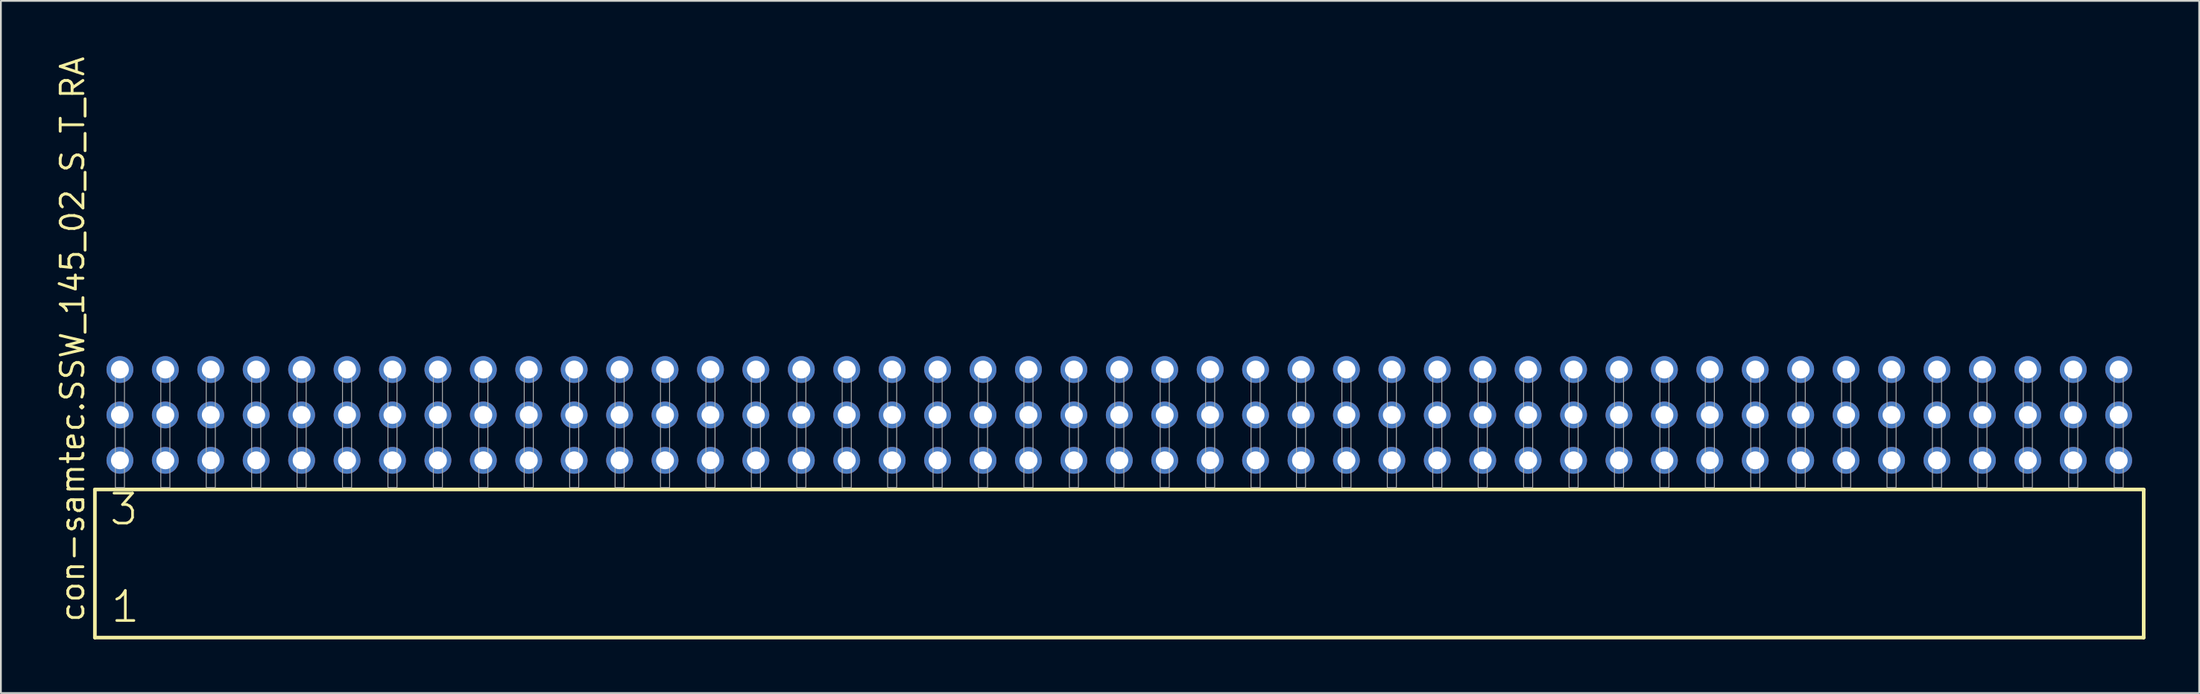
<source format=kicad_pcb>
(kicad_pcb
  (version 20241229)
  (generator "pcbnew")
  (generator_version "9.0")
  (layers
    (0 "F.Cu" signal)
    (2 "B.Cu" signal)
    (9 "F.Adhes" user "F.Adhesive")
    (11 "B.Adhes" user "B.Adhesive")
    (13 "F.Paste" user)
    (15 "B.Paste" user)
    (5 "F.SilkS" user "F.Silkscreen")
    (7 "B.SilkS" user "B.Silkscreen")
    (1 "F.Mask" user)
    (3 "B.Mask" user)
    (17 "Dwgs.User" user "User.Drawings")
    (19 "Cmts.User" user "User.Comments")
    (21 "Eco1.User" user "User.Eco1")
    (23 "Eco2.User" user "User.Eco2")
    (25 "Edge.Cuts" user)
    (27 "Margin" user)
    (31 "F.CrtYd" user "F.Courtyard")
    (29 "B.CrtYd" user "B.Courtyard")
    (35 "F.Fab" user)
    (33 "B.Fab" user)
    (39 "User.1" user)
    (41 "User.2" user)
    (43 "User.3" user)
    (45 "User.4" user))
  (footprint "con-samtec.SSW_145_02_S_T_RA"
    (layer "F.Cu")
    (at 59.535 24.235)
    (property "Reference" "con-samtec.SSW_145_02_S_T_RA" (at -57.785 7.62 90) (layer "F.SilkS") (effects (font (size 1.27 1.27) (thickness 0.16)) (justify left bottom)))
    (attr through_hole)
    (fp_line (start -57.279 0.106) (end -57.279 8.396) (stroke (width 0.203) (type default)) (layer "F.SilkS"))
    (fp_line (start -57.279 8.396) (end 57.279 8.396) (stroke (width 0.203) (type default)) (layer "F.SilkS"))
    (fp_line (start 57.279 0.106) (end -57.279 0.106) (stroke (width 0.203) (type default)) (layer "F.SilkS"))
    (fp_line (start 57.279 8.396) (end 57.279 0.106) (stroke (width 0.203) (type default)) (layer "F.SilkS"))
    (fp_rect (start -56.134 0) (end -55.626 -6.858) (stroke (width 0.05) (type default)) (fill no) (layer "F.Fab"))
    (fp_rect (start -53.594 0) (end -53.086 -6.858) (stroke (width 0.05) (type default)) (fill no) (layer "F.Fab"))
    (fp_rect (start -51.054 0) (end -50.546 -6.858) (stroke (width 0.05) (type default)) (fill no) (layer "F.Fab"))
    (fp_rect (start -48.514 0) (end -48.006 -6.858) (stroke (width 0.05) (type default)) (fill no) (layer "F.Fab"))
    (fp_rect (start -45.974 0) (end -45.466 -6.858) (stroke (width 0.05) (type default)) (fill no) (layer "F.Fab"))
    (fp_rect (start -43.434 0) (end -42.926 -6.858) (stroke (width 0.05) (type default)) (fill no) (layer "F.Fab"))
    (fp_rect (start -40.894 0) (end -40.386 -6.858) (stroke (width 0.05) (type default)) (fill no) (layer "F.Fab"))
    (fp_rect (start -38.354 0) (end -37.846 -6.858) (stroke (width 0.05) (type default)) (fill no) (layer "F.Fab"))
    (fp_rect (start -35.814 0) (end -35.306 -6.858) (stroke (width 0.05) (type default)) (fill no) (layer "F.Fab"))
    (fp_rect (start -33.274 0) (end -32.766 -6.858) (stroke (width 0.05) (type default)) (fill no) (layer "F.Fab"))
    (fp_rect (start -30.734 0) (end -30.226 -6.858) (stroke (width 0.05) (type default)) (fill no) (layer "F.Fab"))
    (fp_rect (start -28.194 0) (end -27.686 -6.858) (stroke (width 0.05) (type default)) (fill no) (layer "F.Fab"))
    (fp_rect (start -25.654 0) (end -25.146 -6.858) (stroke (width 0.05) (type default)) (fill no) (layer "F.Fab"))
    (fp_rect (start -23.114 0) (end -22.606 -6.858) (stroke (width 0.05) (type default)) (fill no) (layer "F.Fab"))
    (fp_rect (start -20.574 0) (end -20.066 -6.858) (stroke (width 0.05) (type default)) (fill no) (layer "F.Fab"))
    (fp_rect (start -18.034 0) (end -17.526 -6.858) (stroke (width 0.05) (type default)) (fill no) (layer "F.Fab"))
    (fp_rect (start -15.494 0) (end -14.986 -6.858) (stroke (width 0.05) (type default)) (fill no) (layer "F.Fab"))
    (fp_rect (start -12.954 0) (end -12.446 -6.858) (stroke (width 0.05) (type default)) (fill no) (layer "F.Fab"))
    (fp_rect (start -10.414 0) (end -9.906 -6.858) (stroke (width 0.05) (type default)) (fill no) (layer "F.Fab"))
    (fp_rect (start -7.874 0) (end -7.366 -6.858) (stroke (width 0.05) (type default)) (fill no) (layer "F.Fab"))
    (fp_rect (start -5.334 0) (end -4.826 -6.858) (stroke (width 0.05) (type default)) (fill no) (layer "F.Fab"))
    (fp_rect (start -2.794 0) (end -2.286 -6.858) (stroke (width 0.05) (type default)) (fill no) (layer "F.Fab"))
    (fp_rect (start -0.254 0) (end 0.254 -6.858) (stroke (width 0.05) (type default)) (fill no) (layer "F.Fab"))
    (fp_rect (start 2.286 0) (end 2.794 -6.858) (stroke (width 0.05) (type default)) (fill no) (layer "F.Fab"))
    (fp_rect (start 4.826 0) (end 5.334 -6.858) (stroke (width 0.05) (type default)) (fill no) (layer "F.Fab"))
    (fp_rect (start 7.366 0) (end 7.874 -6.858) (stroke (width 0.05) (type default)) (fill no) (layer "F.Fab"))
    (fp_rect (start 9.906 0) (end 10.414 -6.858) (stroke (width 0.05) (type default)) (fill no) (layer "F.Fab"))
    (fp_rect (start 12.446 0) (end 12.954 -6.858) (stroke (width 0.05) (type default)) (fill no) (layer "F.Fab"))
    (fp_rect (start 14.986 0) (end 15.494 -6.858) (stroke (width 0.05) (type default)) (fill no) (layer "F.Fab"))
    (fp_rect (start 17.526 0) (end 18.034 -6.858) (stroke (width 0.05) (type default)) (fill no) (layer "F.Fab"))
    (fp_rect (start 20.066 0) (end 20.574 -6.858) (stroke (width 0.05) (type default)) (fill no) (layer "F.Fab"))
    (fp_rect (start 22.606 0) (end 23.114 -6.858) (stroke (width 0.05) (type default)) (fill no) (layer "F.Fab"))
    (fp_rect (start 25.146 0) (end 25.654 -6.858) (stroke (width 0.05) (type default)) (fill no) (layer "F.Fab"))
    (fp_rect (start 27.686 0) (end 28.194 -6.858) (stroke (width 0.05) (type default)) (fill no) (layer "F.Fab"))
    (fp_rect (start 30.226 0) (end 30.734 -6.858) (stroke (width 0.05) (type default)) (fill no) (layer "F.Fab"))
    (fp_rect (start 32.766 0) (end 33.274 -6.858) (stroke (width 0.05) (type default)) (fill no) (layer "F.Fab"))
    (fp_rect (start 35.306 0) (end 35.814 -6.858) (stroke (width 0.05) (type default)) (fill no) (layer "F.Fab"))
    (fp_rect (start 37.846 0) (end 38.354 -6.858) (stroke (width 0.05) (type default)) (fill no) (layer "F.Fab"))
    (fp_rect (start 40.386 0) (end 40.894 -6.858) (stroke (width 0.05) (type default)) (fill no) (layer "F.Fab"))
    (fp_rect (start 42.926 0) (end 43.434 -6.858) (stroke (width 0.05) (type default)) (fill no) (layer "F.Fab"))
    (fp_rect (start 45.466 0) (end 45.974 -6.858) (stroke (width 0.05) (type default)) (fill no) (layer "F.Fab"))
    (fp_rect (start 48.006 0) (end 48.514 -6.858) (stroke (width 0.05) (type default)) (fill no) (layer "F.Fab"))
    (fp_rect (start 50.546 0) (end 51.054 -6.858) (stroke (width 0.05) (type default)) (fill no) (layer "F.Fab"))
    (fp_rect (start 53.086 0) (end 53.594 -6.858) (stroke (width 0.05) (type default)) (fill no) (layer "F.Fab"))
    (fp_rect (start 55.626 0) (end 56.134 -6.858) (stroke (width 0.05) (type default)) (fill no) (layer "F.Fab"))
    (fp_text user "1" (at -56.475 7.65 0) (layer "F.SilkS") (effects (font (size 1.676 1.676) (thickness 0.15)) (justify left bottom)))
    (fp_text user "3" (at -56.55 2.2 0) (layer "F.SilkS") (effects (font (size 1.676 1.676) (thickness 0.15)) (justify left bottom)))
    (pad "1" thru_hole circle (at -55.88 -1.524) (size 1.5 1.5) (drill 1) (layers "*.Cu" "*.Mask"))
    (pad "2" thru_hole circle (at -55.88 -4.064) (size 1.5 1.5) (drill 1) (layers "*.Cu" "*.Mask"))
    (pad "3" thru_hole circle (at -55.88 -6.604) (size 1.5 1.5) (drill 1) (layers "*.Cu" "*.Mask"))
    (pad "4" thru_hole circle (at -53.34 -1.524) (size 1.5 1.5) (drill 1) (layers "*.Cu" "*.Mask"))
    (pad "5" thru_hole circle (at -53.34 -4.064) (size 1.5 1.5) (drill 1) (layers "*.Cu" "*.Mask"))
    (pad "6" thru_hole circle (at -53.34 -6.604) (size 1.5 1.5) (drill 1) (layers "*.Cu" "*.Mask"))
    (pad "7" thru_hole circle (at -50.8 -1.524) (size 1.5 1.5) (drill 1) (layers "*.Cu" "*.Mask"))
    (pad "8" thru_hole circle (at -50.8 -4.064) (size 1.5 1.5) (drill 1) (layers "*.Cu" "*.Mask"))
    (pad "9" thru_hole circle (at -50.8 -6.604) (size 1.5 1.5) (drill 1) (layers "*.Cu" "*.Mask"))
    (pad "10" thru_hole circle (at -48.26 -1.524) (size 1.5 1.5) (drill 1) (layers "*.Cu" "*.Mask"))
    (pad "11" thru_hole circle (at -48.26 -4.064) (size 1.5 1.5) (drill 1) (layers "*.Cu" "*.Mask"))
    (pad "12" thru_hole circle (at -48.26 -6.604) (size 1.5 1.5) (drill 1) (layers "*.Cu" "*.Mask"))
    (pad "13" thru_hole circle (at -45.72 -1.524) (size 1.5 1.5) (drill 1) (layers "*.Cu" "*.Mask"))
    (pad "14" thru_hole circle (at -45.72 -4.064) (size 1.5 1.5) (drill 1) (layers "*.Cu" "*.Mask"))
    (pad "15" thru_hole circle (at -45.72 -6.604) (size 1.5 1.5) (drill 1) (layers "*.Cu" "*.Mask"))
    (pad "16" thru_hole circle (at -43.18 -1.524) (size 1.5 1.5) (drill 1) (layers "*.Cu" "*.Mask"))
    (pad "17" thru_hole circle (at -43.18 -4.064) (size 1.5 1.5) (drill 1) (layers "*.Cu" "*.Mask"))
    (pad "18" thru_hole circle (at -43.18 -6.604) (size 1.5 1.5) (drill 1) (layers "*.Cu" "*.Mask"))
    (pad "19" thru_hole circle (at -40.64 -1.524) (size 1.5 1.5) (drill 1) (layers "*.Cu" "*.Mask"))
    (pad "20" thru_hole circle (at -40.64 -4.064) (size 1.5 1.5) (drill 1) (layers "*.Cu" "*.Mask"))
    (pad "21" thru_hole circle (at -40.64 -6.604) (size 1.5 1.5) (drill 1) (layers "*.Cu" "*.Mask"))
    (pad "22" thru_hole circle (at -38.1 -1.524) (size 1.5 1.5) (drill 1) (layers "*.Cu" "*.Mask"))
    (pad "23" thru_hole circle (at -38.1 -4.064) (size 1.5 1.5) (drill 1) (layers "*.Cu" "*.Mask"))
    (pad "24" thru_hole circle (at -38.1 -6.604) (size 1.5 1.5) (drill 1) (layers "*.Cu" "*.Mask"))
    (pad "25" thru_hole circle (at -35.56 -1.524) (size 1.5 1.5) (drill 1) (layers "*.Cu" "*.Mask"))
    (pad "26" thru_hole circle (at -35.56 -4.064) (size 1.5 1.5) (drill 1) (layers "*.Cu" "*.Mask"))
    (pad "27" thru_hole circle (at -35.56 -6.604) (size 1.5 1.5) (drill 1) (layers "*.Cu" "*.Mask"))
    (pad "28" thru_hole circle (at -33.02 -1.524) (size 1.5 1.5) (drill 1) (layers "*.Cu" "*.Mask"))
    (pad "29" thru_hole circle (at -33.02 -4.064) (size 1.5 1.5) (drill 1) (layers "*.Cu" "*.Mask"))
    (pad "30" thru_hole circle (at -33.02 -6.604) (size 1.5 1.5) (drill 1) (layers "*.Cu" "*.Mask"))
    (pad "31" thru_hole circle (at -30.48 -1.524) (size 1.5 1.5) (drill 1) (layers "*.Cu" "*.Mask"))
    (pad "32" thru_hole circle (at -30.48 -4.064) (size 1.5 1.5) (drill 1) (layers "*.Cu" "*.Mask"))
    (pad "33" thru_hole circle (at -30.48 -6.604) (size 1.5 1.5) (drill 1) (layers "*.Cu" "*.Mask"))
    (pad "34" thru_hole circle (at -27.94 -1.524) (size 1.5 1.5) (drill 1) (layers "*.Cu" "*.Mask"))
    (pad "35" thru_hole circle (at -27.94 -4.064) (size 1.5 1.5) (drill 1) (layers "*.Cu" "*.Mask"))
    (pad "36" thru_hole circle (at -27.94 -6.604) (size 1.5 1.5) (drill 1) (layers "*.Cu" "*.Mask"))
    (pad "37" thru_hole circle (at -25.4 -1.524) (size 1.5 1.5) (drill 1) (layers "*.Cu" "*.Mask"))
    (pad "38" thru_hole circle (at -25.4 -4.064) (size 1.5 1.5) (drill 1) (layers "*.Cu" "*.Mask"))
    (pad "39" thru_hole circle (at -25.4 -6.604) (size 1.5 1.5) (drill 1) (layers "*.Cu" "*.Mask"))
    (pad "40" thru_hole circle (at -22.86 -1.524) (size 1.5 1.5) (drill 1) (layers "*.Cu" "*.Mask"))
    (pad "41" thru_hole circle (at -22.86 -4.064) (size 1.5 1.5) (drill 1) (layers "*.Cu" "*.Mask"))
    (pad "42" thru_hole circle (at -22.86 -6.604) (size 1.5 1.5) (drill 1) (layers "*.Cu" "*.Mask"))
    (pad "43" thru_hole circle (at -20.32 -1.524) (size 1.5 1.5) (drill 1) (layers "*.Cu" "*.Mask"))
    (pad "44" thru_hole circle (at -20.32 -4.064) (size 1.5 1.5) (drill 1) (layers "*.Cu" "*.Mask"))
    (pad "45" thru_hole circle (at -20.32 -6.604) (size 1.5 1.5) (drill 1) (layers "*.Cu" "*.Mask"))
    (pad "46" thru_hole circle (at -17.78 -1.524) (size 1.5 1.5) (drill 1) (layers "*.Cu" "*.Mask"))
    (pad "47" thru_hole circle (at -17.78 -4.064) (size 1.5 1.5) (drill 1) (layers "*.Cu" "*.Mask"))
    (pad "48" thru_hole circle (at -17.78 -6.604) (size 1.5 1.5) (drill 1) (layers "*.Cu" "*.Mask"))
    (pad "49" thru_hole circle (at -15.24 -1.524) (size 1.5 1.5) (drill 1) (layers "*.Cu" "*.Mask"))
    (pad "50" thru_hole circle (at -15.24 -4.064) (size 1.5 1.5) (drill 1) (layers "*.Cu" "*.Mask"))
    (pad "51" thru_hole circle (at -15.24 -6.604) (size 1.5 1.5) (drill 1) (layers "*.Cu" "*.Mask"))
    (pad "52" thru_hole circle (at -12.7 -1.524) (size 1.5 1.5) (drill 1) (layers "*.Cu" "*.Mask"))
    (pad "53" thru_hole circle (at -12.7 -4.064) (size 1.5 1.5) (drill 1) (layers "*.Cu" "*.Mask"))
    (pad "54" thru_hole circle (at -12.7 -6.604) (size 1.5 1.5) (drill 1) (layers "*.Cu" "*.Mask"))
    (pad "55" thru_hole circle (at -10.16 -1.524) (size 1.5 1.5) (drill 1) (layers "*.Cu" "*.Mask"))
    (pad "56" thru_hole circle (at -10.16 -4.064) (size 1.5 1.5) (drill 1) (layers "*.Cu" "*.Mask"))
    (pad "57" thru_hole circle (at -10.16 -6.604) (size 1.5 1.5) (drill 1) (layers "*.Cu" "*.Mask"))
    (pad "58" thru_hole circle (at -7.62 -1.524) (size 1.5 1.5) (drill 1) (layers "*.Cu" "*.Mask"))
    (pad "59" thru_hole circle (at -7.62 -4.064) (size 1.5 1.5) (drill 1) (layers "*.Cu" "*.Mask"))
    (pad "60" thru_hole circle (at -7.62 -6.604) (size 1.5 1.5) (drill 1) (layers "*.Cu" "*.Mask"))
    (pad "61" thru_hole circle (at -5.08 -1.524) (size 1.5 1.5) (drill 1) (layers "*.Cu" "*.Mask"))
    (pad "62" thru_hole circle (at -5.08 -4.064) (size 1.5 1.5) (drill 1) (layers "*.Cu" "*.Mask"))
    (pad "63" thru_hole circle (at -5.08 -6.604) (size 1.5 1.5) (drill 1) (layers "*.Cu" "*.Mask"))
    (pad "64" thru_hole circle (at -2.54 -1.524) (size 1.5 1.5) (drill 1) (layers "*.Cu" "*.Mask"))
    (pad "65" thru_hole circle (at -2.54 -4.064) (size 1.5 1.5) (drill 1) (layers "*.Cu" "*.Mask"))
    (pad "66" thru_hole circle (at -2.54 -6.604) (size 1.5 1.5) (drill 1) (layers "*.Cu" "*.Mask"))
    (pad "67" thru_hole circle (at 0 -1.524) (size 1.5 1.5) (drill 1) (layers "*.Cu" "*.Mask"))
    (pad "68" thru_hole circle (at 0 -4.064) (size 1.5 1.5) (drill 1) (layers "*.Cu" "*.Mask"))
    (pad "69" thru_hole circle (at 0 -6.604) (size 1.5 1.5) (drill 1) (layers "*.Cu" "*.Mask"))
    (pad "70" thru_hole circle (at 2.54 -1.524) (size 1.5 1.5) (drill 1) (layers "*.Cu" "*.Mask"))
    (pad "71" thru_hole circle (at 2.54 -4.064) (size 1.5 1.5) (drill 1) (layers "*.Cu" "*.Mask"))
    (pad "72" thru_hole circle (at 2.54 -6.604) (size 1.5 1.5) (drill 1) (layers "*.Cu" "*.Mask"))
    (pad "73" thru_hole circle (at 5.08 -1.524) (size 1.5 1.5) (drill 1) (layers "*.Cu" "*.Mask"))
    (pad "74" thru_hole circle (at 5.08 -4.064) (size 1.5 1.5) (drill 1) (layers "*.Cu" "*.Mask"))
    (pad "75" thru_hole circle (at 5.08 -6.604) (size 1.5 1.5) (drill 1) (layers "*.Cu" "*.Mask"))
    (pad "76" thru_hole circle (at 7.62 -1.524) (size 1.5 1.5) (drill 1) (layers "*.Cu" "*.Mask"))
    (pad "77" thru_hole circle (at 7.62 -4.064) (size 1.5 1.5) (drill 1) (layers "*.Cu" "*.Mask"))
    (pad "78" thru_hole circle (at 7.62 -6.604) (size 1.5 1.5) (drill 1) (layers "*.Cu" "*.Mask"))
    (pad "79" thru_hole circle (at 10.16 -1.524) (size 1.5 1.5) (drill 1) (layers "*.Cu" "*.Mask"))
    (pad "80" thru_hole circle (at 10.16 -4.064) (size 1.5 1.5) (drill 1) (layers "*.Cu" "*.Mask"))
    (pad "81" thru_hole circle (at 10.16 -6.604) (size 1.5 1.5) (drill 1) (layers "*.Cu" "*.Mask"))
    (pad "82" thru_hole circle (at 12.7 -1.524) (size 1.5 1.5) (drill 1) (layers "*.Cu" "*.Mask"))
    (pad "83" thru_hole circle (at 12.7 -4.064) (size 1.5 1.5) (drill 1) (layers "*.Cu" "*.Mask"))
    (pad "84" thru_hole circle (at 12.7 -6.604) (size 1.5 1.5) (drill 1) (layers "*.Cu" "*.Mask"))
    (pad "85" thru_hole circle (at 15.24 -1.524) (size 1.5 1.5) (drill 1) (layers "*.Cu" "*.Mask"))
    (pad "86" thru_hole circle (at 15.24 -4.064) (size 1.5 1.5) (drill 1) (layers "*.Cu" "*.Mask"))
    (pad "87" thru_hole circle (at 15.24 -6.604) (size 1.5 1.5) (drill 1) (layers "*.Cu" "*.Mask"))
    (pad "88" thru_hole circle (at 17.78 -1.524) (size 1.5 1.5) (drill 1) (layers "*.Cu" "*.Mask"))
    (pad "89" thru_hole circle (at 17.78 -4.064) (size 1.5 1.5) (drill 1) (layers "*.Cu" "*.Mask"))
    (pad "90" thru_hole circle (at 17.78 -6.604) (size 1.5 1.5) (drill 1) (layers "*.Cu" "*.Mask"))
    (pad "91" thru_hole circle (at 20.32 -1.524) (size 1.5 1.5) (drill 1) (layers "*.Cu" "*.Mask"))
    (pad "92" thru_hole circle (at 20.32 -4.064) (size 1.5 1.5) (drill 1) (layers "*.Cu" "*.Mask"))
    (pad "93" thru_hole circle (at 20.32 -6.604) (size 1.5 1.5) (drill 1) (layers "*.Cu" "*.Mask"))
    (pad "94" thru_hole circle (at 22.86 -1.524) (size 1.5 1.5) (drill 1) (layers "*.Cu" "*.Mask"))
    (pad "95" thru_hole circle (at 22.86 -4.064) (size 1.5 1.5) (drill 1) (layers "*.Cu" "*.Mask"))
    (pad "96" thru_hole circle (at 22.86 -6.604) (size 1.5 1.5) (drill 1) (layers "*.Cu" "*.Mask"))
    (pad "97" thru_hole circle (at 25.4 -1.524) (size 1.5 1.5) (drill 1) (layers "*.Cu" "*.Mask"))
    (pad "98" thru_hole circle (at 25.4 -4.064) (size 1.5 1.5) (drill 1) (layers "*.Cu" "*.Mask"))
    (pad "99" thru_hole circle (at 25.4 -6.604) (size 1.5 1.5) (drill 1) (layers "*.Cu" "*.Mask"))
    (pad "100" thru_hole circle (at 27.94 -1.524) (size 1.5 1.5) (drill 1) (layers "*.Cu" "*.Mask"))
    (pad "101" thru_hole circle (at 27.94 -4.064) (size 1.5 1.5) (drill 1) (layers "*.Cu" "*.Mask"))
    (pad "102" thru_hole circle (at 27.94 -6.604) (size 1.5 1.5) (drill 1) (layers "*.Cu" "*.Mask"))
    (pad "103" thru_hole circle (at 30.48 -1.524) (size 1.5 1.5) (drill 1) (layers "*.Cu" "*.Mask"))
    (pad "104" thru_hole circle (at 30.48 -4.064) (size 1.5 1.5) (drill 1) (layers "*.Cu" "*.Mask"))
    (pad "105" thru_hole circle (at 30.48 -6.604) (size 1.5 1.5) (drill 1) (layers "*.Cu" "*.Mask"))
    (pad "106" thru_hole circle (at 33.02 -1.524) (size 1.5 1.5) (drill 1) (layers "*.Cu" "*.Mask"))
    (pad "107" thru_hole circle (at 33.02 -4.064) (size 1.5 1.5) (drill 1) (layers "*.Cu" "*.Mask"))
    (pad "108" thru_hole circle (at 33.02 -6.604) (size 1.5 1.5) (drill 1) (layers "*.Cu" "*.Mask"))
    (pad "109" thru_hole circle (at 35.56 -1.524) (size 1.5 1.5) (drill 1) (layers "*.Cu" "*.Mask"))
    (pad "110" thru_hole circle (at 35.56 -4.064) (size 1.5 1.5) (drill 1) (layers "*.Cu" "*.Mask"))
    (pad "111" thru_hole circle (at 35.56 -6.604) (size 1.5 1.5) (drill 1) (layers "*.Cu" "*.Mask"))
    (pad "112" thru_hole circle (at 38.1 -1.524) (size 1.5 1.5) (drill 1) (layers "*.Cu" "*.Mask"))
    (pad "113" thru_hole circle (at 38.1 -4.064) (size 1.5 1.5) (drill 1) (layers "*.Cu" "*.Mask"))
    (pad "114" thru_hole circle (at 38.1 -6.604) (size 1.5 1.5) (drill 1) (layers "*.Cu" "*.Mask"))
    (pad "115" thru_hole circle (at 40.64 -1.524) (size 1.5 1.5) (drill 1) (layers "*.Cu" "*.Mask"))
    (pad "116" thru_hole circle (at 40.64 -4.064) (size 1.5 1.5) (drill 1) (layers "*.Cu" "*.Mask"))
    (pad "117" thru_hole circle (at 40.64 -6.604) (size 1.5 1.5) (drill 1) (layers "*.Cu" "*.Mask"))
    (pad "118" thru_hole circle (at 43.18 -1.524) (size 1.5 1.5) (drill 1) (layers "*.Cu" "*.Mask"))
    (pad "119" thru_hole circle (at 43.18 -4.064) (size 1.5 1.5) (drill 1) (layers "*.Cu" "*.Mask"))
    (pad "120" thru_hole circle (at 43.18 -6.604) (size 1.5 1.5) (drill 1) (layers "*.Cu" "*.Mask"))
    (pad "121" thru_hole circle (at 45.72 -1.524) (size 1.5 1.5) (drill 1) (layers "*.Cu" "*.Mask"))
    (pad "122" thru_hole circle (at 45.72 -4.064) (size 1.5 1.5) (drill 1) (layers "*.Cu" "*.Mask"))
    (pad "123" thru_hole circle (at 45.72 -6.604) (size 1.5 1.5) (drill 1) (layers "*.Cu" "*.Mask"))
    (pad "124" thru_hole circle (at 48.26 -1.524) (size 1.5 1.5) (drill 1) (layers "*.Cu" "*.Mask"))
    (pad "125" thru_hole circle (at 48.26 -4.064) (size 1.5 1.5) (drill 1) (layers "*.Cu" "*.Mask"))
    (pad "126" thru_hole circle (at 48.26 -6.604) (size 1.5 1.5) (drill 1) (layers "*.Cu" "*.Mask"))
    (pad "127" thru_hole circle (at 50.8 -1.524) (size 1.5 1.5) (drill 1) (layers "*.Cu" "*.Mask"))
    (pad "128" thru_hole circle (at 50.8 -4.064) (size 1.5 1.5) (drill 1) (layers "*.Cu" "*.Mask"))
    (pad "129" thru_hole circle (at 50.8 -6.604) (size 1.5 1.5) (drill 1) (layers "*.Cu" "*.Mask"))
    (pad "130" thru_hole circle (at 53.34 -1.524) (size 1.5 1.5) (drill 1) (layers "*.Cu" "*.Mask"))
    (pad "131" thru_hole circle (at 53.34 -4.064) (size 1.5 1.5) (drill 1) (layers "*.Cu" "*.Mask"))
    (pad "132" thru_hole circle (at 53.34 -6.604) (size 1.5 1.5) (drill 1) (layers "*.Cu" "*.Mask"))
    (pad "133" thru_hole circle (at 55.88 -1.524) (size 1.5 1.5) (drill 1) (layers "*.Cu" "*.Mask"))
    (pad "134" thru_hole circle (at 55.88 -4.064) (size 1.5 1.5) (drill 1) (layers "*.Cu" "*.Mask"))
    (pad "135" thru_hole circle (at 55.88 -6.604) (size 1.5 1.5) (drill 1) (layers "*.Cu" "*.Mask")))
  (gr_rect
    (start -3 -3)
    (end 119.916 35.733)
    (stroke (width 0.1) (type default))
    (fill no)
    (layer "Edge.Cuts")))
</source>
